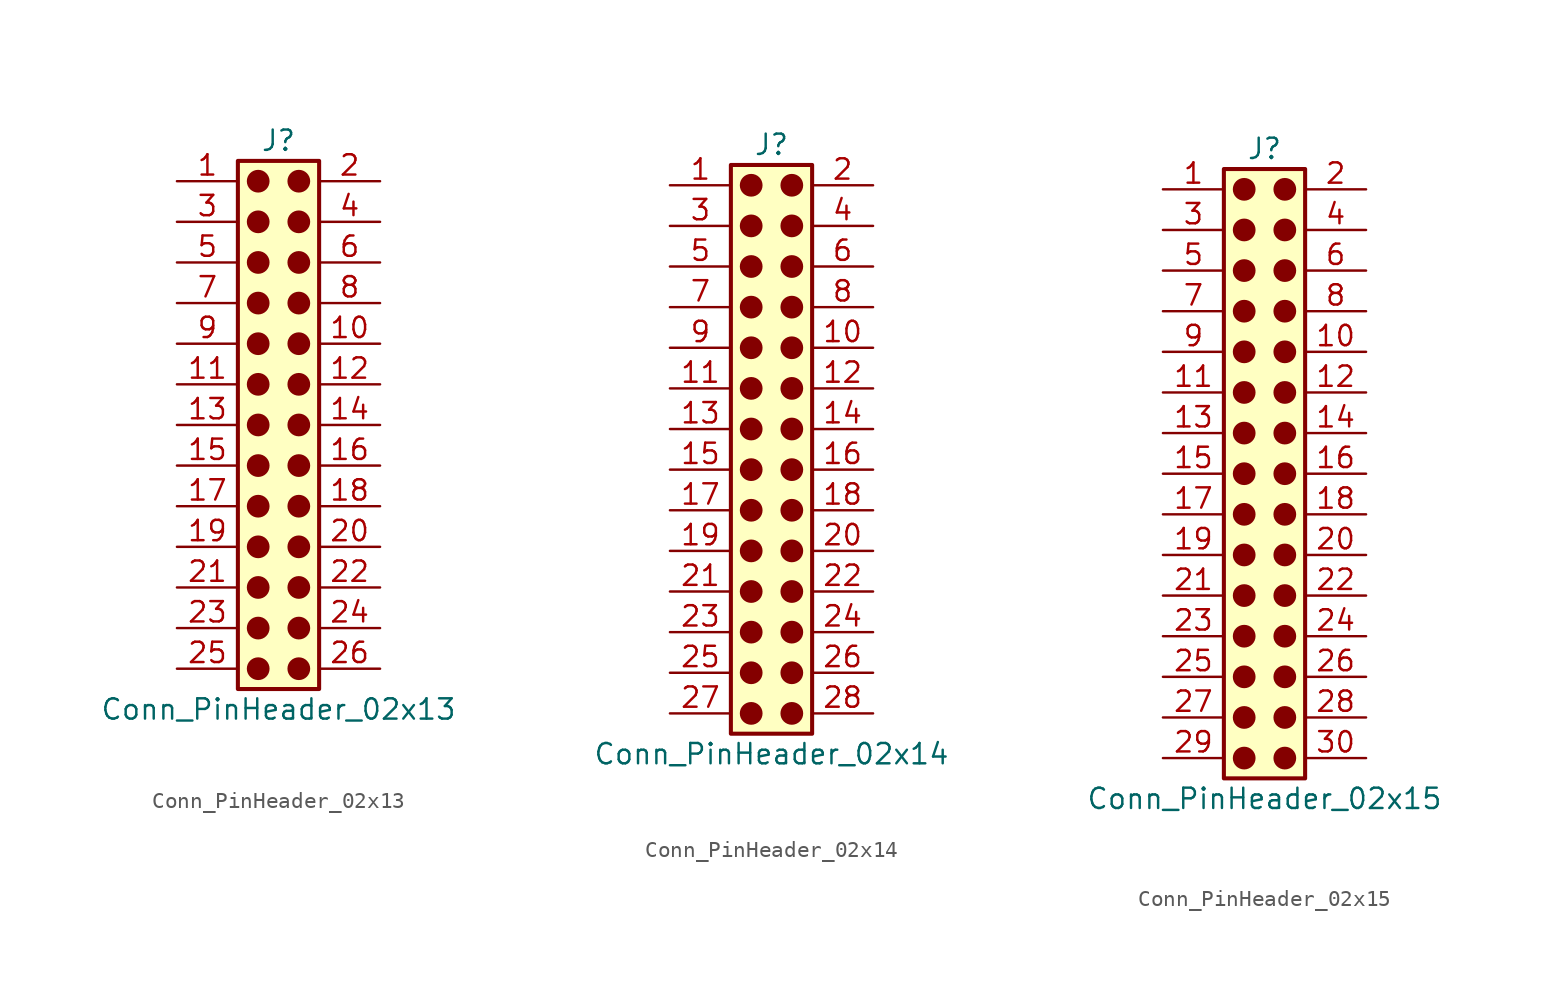
<source format=kicad_sym>
(kicad_symbol_lib
  (version 20241209)
  (generator "kicad_symbol_editor")
  (generator_version "9.0")
  (symbol "Conn_PinHeader_02x13"
    (pin_names
      (offset 1.016)
      (hide yes))
    (property "Reference" "J"
      (at 1.27 17.78 0)
      (effects (font (size 1.27 1.27))))
    (property "Value" "Conn_PinHeader_02x13"
      (at 1.27 -17.78 0)
      (effects (font (size 1.27 1.27))))
    (symbol "Conn_PinHeader_02x13_1_1"
      (rectangle (start -1.27 16.51) (end 3.81 -16.51) (stroke (width 0.254) (type default)) (fill (type background)))
      (circle (center 0 15.24) (radius 0.635) (stroke (width 0) (type solid) (color 132 0 0 1)) (fill (type outline)))
      (circle (center 0 12.7) (radius 0.635) (stroke (width 0) (type solid) (color 132 0 0 1)) (fill (type outline)))
      (circle (center 0 10.16) (radius 0.635) (stroke (width 0) (type solid) (color 132 0 0 1)) (fill (type outline)))
      (circle (center 0 7.62) (radius 0.635) (stroke (width 0) (type solid) (color 132 0 0 1)) (fill (type outline)))
      (circle (center 0 5.08) (radius 0.635) (stroke (width 0) (type solid) (color 132 0 0 1)) (fill (type outline)))
      (circle (center 0 2.54) (radius 0.635) (stroke (width 0) (type solid) (color 132 0 0 1)) (fill (type outline)))
      (circle (center 0 0) (radius 0.635) (stroke (width 0) (type solid) (color 132 0 0 1)) (fill (type outline)))
      (circle (center 0 -2.54) (radius 0.635) (stroke (width 0) (type solid) (color 132 0 0 1)) (fill (type outline)))
      (circle (center 0 -5.08) (radius 0.635) (stroke (width 0) (type solid) (color 132 0 0 1)) (fill (type outline)))
      (circle (center 0 -7.62) (radius 0.635) (stroke (width 0) (type solid) (color 132 0 0 1)) (fill (type outline)))
      (circle (center 0 -10.16) (radius 0.635) (stroke (width 0) (type solid) (color 132 0 0 1)) (fill (type outline)))
      (circle (center 0 -12.7) (radius 0.635) (stroke (width 0) (type solid) (color 132 0 0 1)) (fill (type outline)))
      (circle (center 0 -15.24) (radius 0.635) (stroke (width 0) (type solid) (color 132 0 0 1)) (fill (type outline)))
      (circle (center 2.54 15.24) (radius 0.635) (stroke (width 0) (type solid) (color 132 0 0 1)) (fill (type outline)))
      (circle (center 2.54 12.7) (radius 0.635) (stroke (width 0) (type solid) (color 132 0 0 1)) (fill (type outline)))
      (circle (center 2.54 10.16) (radius 0.635) (stroke (width 0) (type solid) (color 132 0 0 1)) (fill (type outline)))
      (circle (center 2.54 7.62) (radius 0.635) (stroke (width 0) (type solid) (color 132 0 0 1)) (fill (type outline)))
      (circle (center 2.54 5.08) (radius 0.635) (stroke (width 0) (type solid) (color 132 0 0 1)) (fill (type outline)))
      (circle (center 2.54 2.54) (radius 0.635) (stroke (width 0) (type solid) (color 132 0 0 1)) (fill (type outline)))
      (circle (center 2.54 0) (radius 0.635) (stroke (width 0) (type solid) (color 132 0 0 1)) (fill (type outline)))
      (circle (center 2.54 -2.54) (radius 0.635) (stroke (width 0) (type solid) (color 132 0 0 1)) (fill (type outline)))
      (circle (center 2.54 -5.08) (radius 0.635) (stroke (width 0) (type solid) (color 132 0 0 1)) (fill (type outline)))
      (circle (center 2.54 -7.62) (radius 0.635) (stroke (width 0) (type solid) (color 132 0 0 1)) (fill (type outline)))
      (circle (center 2.54 -10.16) (radius 0.635) (stroke (width 0) (type solid) (color 132 0 0 1)) (fill (type outline)))
      (circle (center 2.54 -12.7) (radius 0.635) (stroke (width 0) (type solid) (color 132 0 0 1)) (fill (type outline)))
      (circle (center 2.54 -15.24) (radius 0.635) (stroke (width 0) (type solid) (color 132 0 0 1)) (fill (type outline)))
      (pin passive line (at -5.08 15.24 0) (length 3.81) (name "Pin_1" (effects (font (size 1.27 1.27)))) (number "1" (effects (font (size 1.27 1.27)))))
      (pin passive line (at -5.08 12.7 0) (length 3.81) (name "Pin_3" (effects (font (size 1.27 1.27)))) (number "3" (effects (font (size 1.27 1.27)))))
      (pin passive line (at -5.08 10.16 0) (length 3.81) (name "Pin_5" (effects (font (size 1.27 1.27)))) (number "5" (effects (font (size 1.27 1.27)))))
      (pin passive line (at -5.08 7.62 0) (length 3.81) (name "Pin_7" (effects (font (size 1.27 1.27)))) (number "7" (effects (font (size 1.27 1.27)))))
      (pin passive line (at -5.08 5.08 0) (length 3.81) (name "Pin_9" (effects (font (size 1.27 1.27)))) (number "9" (effects (font (size 1.27 1.27)))))
      (pin passive line (at -5.08 2.54 0) (length 3.81) (name "Pin_11" (effects (font (size 1.27 1.27)))) (number "11" (effects (font (size 1.27 1.27)))))
      (pin passive line (at -5.08 0 0) (length 3.81) (name "Pin_13" (effects (font (size 1.27 1.27)))) (number "13" (effects (font (size 1.27 1.27)))))
      (pin passive line (at -5.08 -2.54 0) (length 3.81) (name "Pin_15" (effects (font (size 1.27 1.27)))) (number "15" (effects (font (size 1.27 1.27)))))
      (pin passive line (at -5.08 -5.08 0) (length 3.81) (name "Pin_17" (effects (font (size 1.27 1.27)))) (number "17" (effects (font (size 1.27 1.27)))))
      (pin passive line (at -5.08 -7.62 0) (length 3.81) (name "Pin_19" (effects (font (size 1.27 1.27)))) (number "19" (effects (font (size 1.27 1.27)))))
      (pin passive line (at -5.08 -10.16 0) (length 3.81) (name "Pin_21" (effects (font (size 1.27 1.27)))) (number "21" (effects (font (size 1.27 1.27)))))
      (pin passive line (at -5.08 -12.7 0) (length 3.81) (name "Pin_23" (effects (font (size 1.27 1.27)))) (number "23" (effects (font (size 1.27 1.27)))))
      (pin passive line (at -5.08 -15.24 0) (length 3.81) (name "Pin_25" (effects (font (size 1.27 1.27)))) (number "25" (effects (font (size 1.27 1.27)))))
      (pin passive line (at 7.62 15.24 180) (length 3.81) (name "Pin_2" (effects (font (size 1.27 1.27)))) (number "2" (effects (font (size 1.27 1.27)))))
      (pin passive line (at 7.62 12.7 180) (length 3.81) (name "Pin_4" (effects (font (size 1.27 1.27)))) (number "4" (effects (font (size 1.27 1.27)))))
      (pin passive line (at 7.62 10.16 180) (length 3.81) (name "Pin_6" (effects (font (size 1.27 1.27)))) (number "6" (effects (font (size 1.27 1.27)))))
      (pin passive line (at 7.62 7.62 180) (length 3.81) (name "Pin_8" (effects (font (size 1.27 1.27)))) (number "8" (effects (font (size 1.27 1.27)))))
      (pin passive line (at 7.62 5.08 180) (length 3.81) (name "Pin_10" (effects (font (size 1.27 1.27)))) (number "10" (effects (font (size 1.27 1.27)))))
      (pin passive line (at 7.62 2.54 180) (length 3.81) (name "Pin_12" (effects (font (size 1.27 1.27)))) (number "12" (effects (font (size 1.27 1.27)))))
      (pin passive line (at 7.62 0 180) (length 3.81) (name "Pin_14" (effects (font (size 1.27 1.27)))) (number "14" (effects (font (size 1.27 1.27)))))
      (pin passive line (at 7.62 -2.54 180) (length 3.81) (name "Pin_16" (effects (font (size 1.27 1.27)))) (number "16" (effects (font (size 1.27 1.27)))))
      (pin passive line (at 7.62 -5.08 180) (length 3.81) (name "Pin_18" (effects (font (size 1.27 1.27)))) (number "18" (effects (font (size 1.27 1.27)))))
      (pin passive line (at 7.62 -7.62 180) (length 3.81) (name "Pin_20" (effects (font (size 1.27 1.27)))) (number "20" (effects (font (size 1.27 1.27)))))
      (pin passive line (at 7.62 -10.16 180) (length 3.81) (name "Pin_22" (effects (font (size 1.27 1.27)))) (number "22" (effects (font (size 1.27 1.27)))))
      (pin passive line (at 7.62 -12.7 180) (length 3.81) (name "Pin_24" (effects (font (size 1.27 1.27)))) (number "24" (effects (font (size 1.27 1.27)))))
      (pin passive line (at 7.62 -15.24 180) (length 3.81) (name "Pin_26" (effects (font (size 1.27 1.27)))) (number "26" (effects (font (size 1.27 1.27)))))))
  (symbol "Conn_PinHeader_02x14"
    (pin_names
      (offset 1.016)
      (hide yes))
    (property "Reference" "J"
      (at 1.27 17.78 0)
      (effects (font (size 1.27 1.27))))
    (property "Value" "Conn_PinHeader_02x14"
      (at 1.27 -20.32 0)
      (effects (font (size 1.27 1.27))))
    (symbol "Conn_PinHeader_02x14_1_1"
      (rectangle (start -1.27 16.51) (end 3.81 -19.05) (stroke (width 0.254) (type default)) (fill (type background)))
      (circle (center 0 15.24) (radius 0.635) (stroke (width 0) (type solid) (color 132 0 0 1)) (fill (type outline)))
      (circle (center 0 12.7) (radius 0.635) (stroke (width 0) (type solid) (color 132 0 0 1)) (fill (type outline)))
      (circle (center 0 10.16) (radius 0.635) (stroke (width 0) (type solid) (color 132 0 0 1)) (fill (type outline)))
      (circle (center 0 7.62) (radius 0.635) (stroke (width 0) (type solid) (color 132 0 0 1)) (fill (type outline)))
      (circle (center 0 5.08) (radius 0.635) (stroke (width 0) (type solid) (color 132 0 0 1)) (fill (type outline)))
      (circle (center 0 2.54) (radius 0.635) (stroke (width 0) (type solid) (color 132 0 0 1)) (fill (type outline)))
      (circle (center 0 0) (radius 0.635) (stroke (width 0) (type solid) (color 132 0 0 1)) (fill (type outline)))
      (circle (center 0 -2.54) (radius 0.635) (stroke (width 0) (type solid) (color 132 0 0 1)) (fill (type outline)))
      (circle (center 0 -5.08) (radius 0.635) (stroke (width 0) (type solid) (color 132 0 0 1)) (fill (type outline)))
      (circle (center 0 -7.62) (radius 0.635) (stroke (width 0) (type solid) (color 132 0 0 1)) (fill (type outline)))
      (circle (center 0 -10.16) (radius 0.635) (stroke (width 0) (type solid) (color 132 0 0 1)) (fill (type outline)))
      (circle (center 0 -12.7) (radius 0.635) (stroke (width 0) (type solid) (color 132 0 0 1)) (fill (type outline)))
      (circle (center 0 -15.24) (radius 0.635) (stroke (width 0) (type solid) (color 132 0 0 1)) (fill (type outline)))
      (circle (center 0 -17.78) (radius 0.635) (stroke (width 0) (type solid) (color 132 0 0 1)) (fill (type outline)))
      (circle (center 2.54 15.24) (radius 0.635) (stroke (width 0) (type solid) (color 132 0 0 1)) (fill (type outline)))
      (circle (center 2.54 12.7) (radius 0.635) (stroke (width 0) (type solid) (color 132 0 0 1)) (fill (type outline)))
      (circle (center 2.54 10.16) (radius 0.635) (stroke (width 0) (type solid) (color 132 0 0 1)) (fill (type outline)))
      (circle (center 2.54 7.62) (radius 0.635) (stroke (width 0) (type solid) (color 132 0 0 1)) (fill (type outline)))
      (circle (center 2.54 5.08) (radius 0.635) (stroke (width 0) (type solid) (color 132 0 0 1)) (fill (type outline)))
      (circle (center 2.54 2.54) (radius 0.635) (stroke (width 0) (type solid) (color 132 0 0 1)) (fill (type outline)))
      (circle (center 2.54 0) (radius 0.635) (stroke (width 0) (type solid) (color 132 0 0 1)) (fill (type outline)))
      (circle (center 2.54 -2.54) (radius 0.635) (stroke (width 0) (type solid) (color 132 0 0 1)) (fill (type outline)))
      (circle (center 2.54 -5.08) (radius 0.635) (stroke (width 0) (type solid) (color 132 0 0 1)) (fill (type outline)))
      (circle (center 2.54 -7.62) (radius 0.635) (stroke (width 0) (type solid) (color 132 0 0 1)) (fill (type outline)))
      (circle (center 2.54 -10.16) (radius 0.635) (stroke (width 0) (type solid) (color 132 0 0 1)) (fill (type outline)))
      (circle (center 2.54 -12.7) (radius 0.635) (stroke (width 0) (type solid) (color 132 0 0 1)) (fill (type outline)))
      (circle (center 2.54 -15.24) (radius 0.635) (stroke (width 0) (type solid) (color 132 0 0 1)) (fill (type outline)))
      (circle (center 2.54 -17.78) (radius 0.635) (stroke (width 0) (type solid) (color 132 0 0 1)) (fill (type outline)))
      (pin passive line (at -5.08 15.24 0) (length 3.81) (name "Pin_1" (effects (font (size 1.27 1.27)))) (number "1" (effects (font (size 1.27 1.27)))))
      (pin passive line (at -5.08 12.7 0) (length 3.81) (name "Pin_3" (effects (font (size 1.27 1.27)))) (number "3" (effects (font (size 1.27 1.27)))))
      (pin passive line (at -5.08 10.16 0) (length 3.81) (name "Pin_5" (effects (font (size 1.27 1.27)))) (number "5" (effects (font (size 1.27 1.27)))))
      (pin passive line (at -5.08 7.62 0) (length 3.81) (name "Pin_7" (effects (font (size 1.27 1.27)))) (number "7" (effects (font (size 1.27 1.27)))))
      (pin passive line (at -5.08 5.08 0) (length 3.81) (name "Pin_9" (effects (font (size 1.27 1.27)))) (number "9" (effects (font (size 1.27 1.27)))))
      (pin passive line (at -5.08 2.54 0) (length 3.81) (name "Pin_11" (effects (font (size 1.27 1.27)))) (number "11" (effects (font (size 1.27 1.27)))))
      (pin passive line (at -5.08 0 0) (length 3.81) (name "Pin_13" (effects (font (size 1.27 1.27)))) (number "13" (effects (font (size 1.27 1.27)))))
      (pin passive line (at -5.08 -2.54 0) (length 3.81) (name "Pin_15" (effects (font (size 1.27 1.27)))) (number "15" (effects (font (size 1.27 1.27)))))
      (pin passive line (at -5.08 -5.08 0) (length 3.81) (name "Pin_17" (effects (font (size 1.27 1.27)))) (number "17" (effects (font (size 1.27 1.27)))))
      (pin passive line (at -5.08 -7.62 0) (length 3.81) (name "Pin_19" (effects (font (size 1.27 1.27)))) (number "19" (effects (font (size 1.27 1.27)))))
      (pin passive line (at -5.08 -10.16 0) (length 3.81) (name "Pin_21" (effects (font (size 1.27 1.27)))) (number "21" (effects (font (size 1.27 1.27)))))
      (pin passive line (at -5.08 -12.7 0) (length 3.81) (name "Pin_23" (effects (font (size 1.27 1.27)))) (number "23" (effects (font (size 1.27 1.27)))))
      (pin passive line (at -5.08 -15.24 0) (length 3.81) (name "Pin_25" (effects (font (size 1.27 1.27)))) (number "25" (effects (font (size 1.27 1.27)))))
      (pin passive line (at -5.08 -17.78 0) (length 3.81) (name "Pin_27" (effects (font (size 1.27 1.27)))) (number "27" (effects (font (size 1.27 1.27)))))
      (pin passive line (at 7.62 15.24 180) (length 3.81) (name "Pin_2" (effects (font (size 1.27 1.27)))) (number "2" (effects (font (size 1.27 1.27)))))
      (pin passive line (at 7.62 12.7 180) (length 3.81) (name "Pin_4" (effects (font (size 1.27 1.27)))) (number "4" (effects (font (size 1.27 1.27)))))
      (pin passive line (at 7.62 10.16 180) (length 3.81) (name "Pin_6" (effects (font (size 1.27 1.27)))) (number "6" (effects (font (size 1.27 1.27)))))
      (pin passive line (at 7.62 7.62 180) (length 3.81) (name "Pin_8" (effects (font (size 1.27 1.27)))) (number "8" (effects (font (size 1.27 1.27)))))
      (pin passive line (at 7.62 5.08 180) (length 3.81) (name "Pin_10" (effects (font (size 1.27 1.27)))) (number "10" (effects (font (size 1.27 1.27)))))
      (pin passive line (at 7.62 2.54 180) (length 3.81) (name "Pin_12" (effects (font (size 1.27 1.27)))) (number "12" (effects (font (size 1.27 1.27)))))
      (pin passive line (at 7.62 0 180) (length 3.81) (name "Pin_14" (effects (font (size 1.27 1.27)))) (number "14" (effects (font (size 1.27 1.27)))))
      (pin passive line (at 7.62 -2.54 180) (length 3.81) (name "Pin_16" (effects (font (size 1.27 1.27)))) (number "16" (effects (font (size 1.27 1.27)))))
      (pin passive line (at 7.62 -5.08 180) (length 3.81) (name "Pin_18" (effects (font (size 1.27 1.27)))) (number "18" (effects (font (size 1.27 1.27)))))
      (pin passive line (at 7.62 -7.62 180) (length 3.81) (name "Pin_20" (effects (font (size 1.27 1.27)))) (number "20" (effects (font (size 1.27 1.27)))))
      (pin passive line (at 7.62 -10.16 180) (length 3.81) (name "Pin_22" (effects (font (size 1.27 1.27)))) (number "22" (effects (font (size 1.27 1.27)))))
      (pin passive line (at 7.62 -12.7 180) (length 3.81) (name "Pin_24" (effects (font (size 1.27 1.27)))) (number "24" (effects (font (size 1.27 1.27)))))
      (pin passive line (at 7.62 -15.24 180) (length 3.81) (name "Pin_26" (effects (font (size 1.27 1.27)))) (number "26" (effects (font (size 1.27 1.27)))))
      (pin passive line (at 7.62 -17.78 180) (length 3.81) (name "Pin_28" (effects (font (size 1.27 1.27)))) (number "28" (effects (font (size 1.27 1.27)))))))
  (symbol "Conn_PinHeader_02x15"
    (pin_names
      (offset 1.016)
      (hide yes))
    (property "Reference" "J"
      (at 1.27 20.32 0)
      (effects (font (size 1.27 1.27))))
    (property "Value" "Conn_PinHeader_02x15"
      (at 1.27 -20.32 0)
      (effects (font (size 1.27 1.27))))
    (symbol "Conn_PinHeader_02x15_1_1"
      (rectangle (start -1.27 19.05) (end 3.81 -19.05) (stroke (width 0.254) (type default)) (fill (type background)))
      (circle (center 0 17.78) (radius 0.635) (stroke (width 0) (type solid) (color 132 0 0 1)) (fill (type outline)))
      (circle (center 0 15.24) (radius 0.635) (stroke (width 0) (type solid) (color 132 0 0 1)) (fill (type outline)))
      (circle (center 0 12.7) (radius 0.635) (stroke (width 0) (type solid) (color 132 0 0 1)) (fill (type outline)))
      (circle (center 0 10.16) (radius 0.635) (stroke (width 0) (type solid) (color 132 0 0 1)) (fill (type outline)))
      (circle (center 0 7.62) (radius 0.635) (stroke (width 0) (type solid) (color 132 0 0 1)) (fill (type outline)))
      (circle (center 0 5.08) (radius 0.635) (stroke (width 0) (type solid) (color 132 0 0 1)) (fill (type outline)))
      (circle (center 0 2.54) (radius 0.635) (stroke (width 0) (type solid) (color 132 0 0 1)) (fill (type outline)))
      (circle (center 0 0) (radius 0.635) (stroke (width 0) (type solid) (color 132 0 0 1)) (fill (type outline)))
      (circle (center 0 -2.54) (radius 0.635) (stroke (width 0) (type solid) (color 132 0 0 1)) (fill (type outline)))
      (circle (center 0 -5.08) (radius 0.635) (stroke (width 0) (type solid) (color 132 0 0 1)) (fill (type outline)))
      (circle (center 0 -7.62) (radius 0.635) (stroke (width 0) (type solid) (color 132 0 0 1)) (fill (type outline)))
      (circle (center 0 -10.16) (radius 0.635) (stroke (width 0) (type solid) (color 132 0 0 1)) (fill (type outline)))
      (circle (center 0 -12.7) (radius 0.635) (stroke (width 0) (type solid) (color 132 0 0 1)) (fill (type outline)))
      (circle (center 0 -15.24) (radius 0.635) (stroke (width 0) (type solid) (color 132 0 0 1)) (fill (type outline)))
      (circle (center 0 -17.78) (radius 0.635) (stroke (width 0) (type solid) (color 132 0 0 1)) (fill (type outline)))
      (circle (center 2.54 17.78) (radius 0.635) (stroke (width 0) (type solid) (color 132 0 0 1)) (fill (type outline)))
      (circle (center 2.54 15.24) (radius 0.635) (stroke (width 0) (type solid) (color 132 0 0 1)) (fill (type outline)))
      (circle (center 2.54 12.7) (radius 0.635) (stroke (width 0) (type solid) (color 132 0 0 1)) (fill (type outline)))
      (circle (center 2.54 10.16) (radius 0.635) (stroke (width 0) (type solid) (color 132 0 0 1)) (fill (type outline)))
      (circle (center 2.54 7.62) (radius 0.635) (stroke (width 0) (type solid) (color 132 0 0 1)) (fill (type outline)))
      (circle (center 2.54 5.08) (radius 0.635) (stroke (width 0) (type solid) (color 132 0 0 1)) (fill (type outline)))
      (circle (center 2.54 2.54) (radius 0.635) (stroke (width 0) (type solid) (color 132 0 0 1)) (fill (type outline)))
      (circle (center 2.54 0) (radius 0.635) (stroke (width 0) (type solid) (color 132 0 0 1)) (fill (type outline)))
      (circle (center 2.54 -2.54) (radius 0.635) (stroke (width 0) (type solid) (color 132 0 0 1)) (fill (type outline)))
      (circle (center 2.54 -5.08) (radius 0.635) (stroke (width 0) (type solid) (color 132 0 0 1)) (fill (type outline)))
      (circle (center 2.54 -7.62) (radius 0.635) (stroke (width 0) (type solid) (color 132 0 0 1)) (fill (type outline)))
      (circle (center 2.54 -10.16) (radius 0.635) (stroke (width 0) (type solid) (color 132 0 0 1)) (fill (type outline)))
      (circle (center 2.54 -12.7) (radius 0.635) (stroke (width 0) (type solid) (color 132 0 0 1)) (fill (type outline)))
      (circle (center 2.54 -15.24) (radius 0.635) (stroke (width 0) (type solid) (color 132 0 0 1)) (fill (type outline)))
      (circle (center 2.54 -17.78) (radius 0.635) (stroke (width 0) (type solid) (color 132 0 0 1)) (fill (type outline)))
      (pin passive line (at -5.08 17.78 0) (length 3.81) (name "Pin_1" (effects (font (size 1.27 1.27)))) (number "1" (effects (font (size 1.27 1.27)))))
      (pin passive line (at -5.08 15.24 0) (length 3.81) (name "Pin_3" (effects (font (size 1.27 1.27)))) (number "3" (effects (font (size 1.27 1.27)))))
      (pin passive line (at -5.08 12.7 0) (length 3.81) (name "Pin_5" (effects (font (size 1.27 1.27)))) (number "5" (effects (font (size 1.27 1.27)))))
      (pin passive line (at -5.08 10.16 0) (length 3.81) (name "Pin_7" (effects (font (size 1.27 1.27)))) (number "7" (effects (font (size 1.27 1.27)))))
      (pin passive line (at -5.08 7.62 0) (length 3.81) (name "Pin_9" (effects (font (size 1.27 1.27)))) (number "9" (effects (font (size 1.27 1.27)))))
      (pin passive line (at -5.08 5.08 0) (length 3.81) (name "Pin_11" (effects (font (size 1.27 1.27)))) (number "11" (effects (font (size 1.27 1.27)))))
      (pin passive line (at -5.08 2.54 0) (length 3.81) (name "Pin_13" (effects (font (size 1.27 1.27)))) (number "13" (effects (font (size 1.27 1.27)))))
      (pin passive line (at -5.08 0 0) (length 3.81) (name "Pin_15" (effects (font (size 1.27 1.27)))) (number "15" (effects (font (size 1.27 1.27)))))
      (pin passive line (at -5.08 -2.54 0) (length 3.81) (name "Pin_17" (effects (font (size 1.27 1.27)))) (number "17" (effects (font (size 1.27 1.27)))))
      (pin passive line (at -5.08 -5.08 0) (length 3.81) (name "Pin_19" (effects (font (size 1.27 1.27)))) (number "19" (effects (font (size 1.27 1.27)))))
      (pin passive line (at -5.08 -7.62 0) (length 3.81) (name "Pin_21" (effects (font (size 1.27 1.27)))) (number "21" (effects (font (size 1.27 1.27)))))
      (pin passive line (at -5.08 -10.16 0) (length 3.81) (name "Pin_23" (effects (font (size 1.27 1.27)))) (number "23" (effects (font (size 1.27 1.27)))))
      (pin passive line (at -5.08 -12.7 0) (length 3.81) (name "Pin_25" (effects (font (size 1.27 1.27)))) (number "25" (effects (font (size 1.27 1.27)))))
      (pin passive line (at -5.08 -15.24 0) (length 3.81) (name "Pin_27" (effects (font (size 1.27 1.27)))) (number "27" (effects (font (size 1.27 1.27)))))
      (pin passive line (at -5.08 -17.78 0) (length 3.81) (name "Pin_29" (effects (font (size 1.27 1.27)))) (number "29" (effects (font (size 1.27 1.27)))))
      (pin passive line (at 7.62 17.78 180) (length 3.81) (name "Pin_2" (effects (font (size 1.27 1.27)))) (number "2" (effects (font (size 1.27 1.27)))))
      (pin passive line (at 7.62 15.24 180) (length 3.81) (name "Pin_4" (effects (font (size 1.27 1.27)))) (number "4" (effects (font (size 1.27 1.27)))))
      (pin passive line (at 7.62 12.7 180) (length 3.81) (name "Pin_6" (effects (font (size 1.27 1.27)))) (number "6" (effects (font (size 1.27 1.27)))))
      (pin passive line (at 7.62 10.16 180) (length 3.81) (name "Pin_8" (effects (font (size 1.27 1.27)))) (number "8" (effects (font (size 1.27 1.27)))))
      (pin passive line (at 7.62 7.62 180) (length 3.81) (name "Pin_10" (effects (font (size 1.27 1.27)))) (number "10" (effects (font (size 1.27 1.27)))))
      (pin passive line (at 7.62 5.08 180) (length 3.81) (name "Pin_12" (effects (font (size 1.27 1.27)))) (number "12" (effects (font (size 1.27 1.27)))))
      (pin passive line (at 7.62 2.54 180) (length 3.81) (name "Pin_14" (effects (font (size 1.27 1.27)))) (number "14" (effects (font (size 1.27 1.27)))))
      (pin passive line (at 7.62 0 180) (length 3.81) (name "Pin_16" (effects (font (size 1.27 1.27)))) (number "16" (effects (font (size 1.27 1.27)))))
      (pin passive line (at 7.62 -2.54 180) (length 3.81) (name "Pin_18" (effects (font (size 1.27 1.27)))) (number "18" (effects (font (size 1.27 1.27)))))
      (pin passive line (at 7.62 -5.08 180) (length 3.81) (name "Pin_20" (effects (font (size 1.27 1.27)))) (number "20" (effects (font (size 1.27 1.27)))))
      (pin passive line (at 7.62 -7.62 180) (length 3.81) (name "Pin_22" (effects (font (size 1.27 1.27)))) (number "22" (effects (font (size 1.27 1.27)))))
      (pin passive line (at 7.62 -10.16 180) (length 3.81) (name "Pin_24" (effects (font (size 1.27 1.27)))) (number "24" (effects (font (size 1.27 1.27)))))
      (pin passive line (at 7.62 -12.7 180) (length 3.81) (name "Pin_26" (effects (font (size 1.27 1.27)))) (number "26" (effects (font (size 1.27 1.27)))))
      (pin passive line (at 7.62 -15.24 180) (length 3.81) (name "Pin_28" (effects (font (size 1.27 1.27)))) (number "28" (effects (font (size 1.27 1.27)))))
      (pin passive line (at 7.62 -17.78 180) (length 3.81) (name "Pin_30" (effects (font (size 1.27 1.27)))) (number "30" (effects (font (size 1.27 1.27))))))))
</source>
